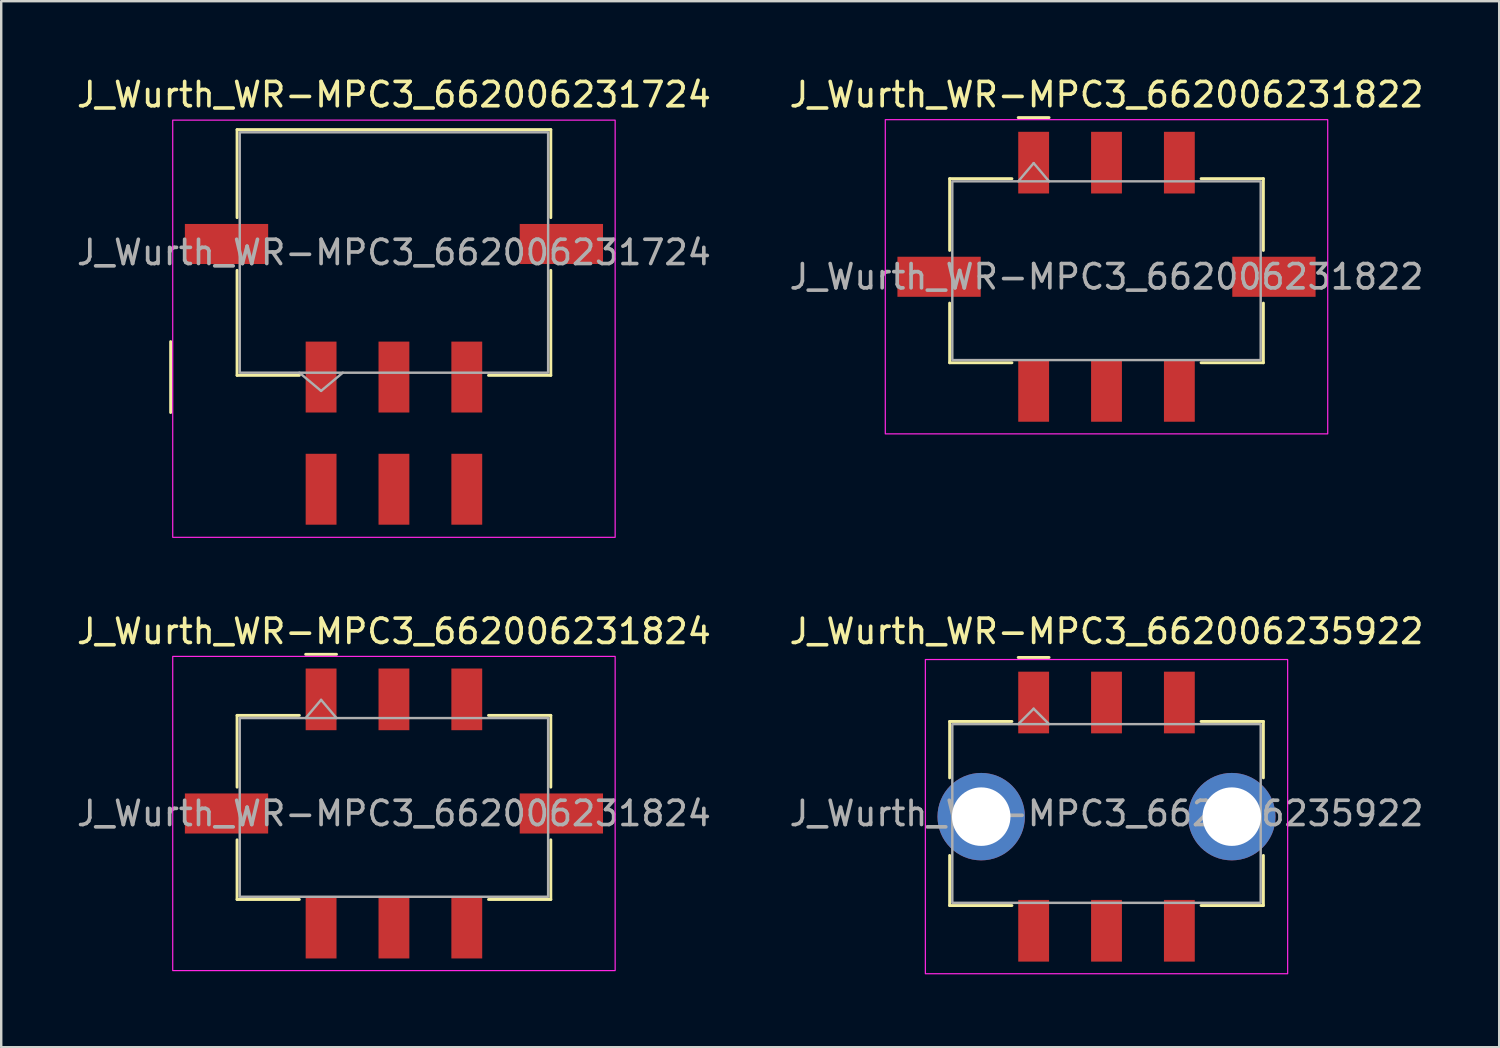
<source format=kicad_pcb>
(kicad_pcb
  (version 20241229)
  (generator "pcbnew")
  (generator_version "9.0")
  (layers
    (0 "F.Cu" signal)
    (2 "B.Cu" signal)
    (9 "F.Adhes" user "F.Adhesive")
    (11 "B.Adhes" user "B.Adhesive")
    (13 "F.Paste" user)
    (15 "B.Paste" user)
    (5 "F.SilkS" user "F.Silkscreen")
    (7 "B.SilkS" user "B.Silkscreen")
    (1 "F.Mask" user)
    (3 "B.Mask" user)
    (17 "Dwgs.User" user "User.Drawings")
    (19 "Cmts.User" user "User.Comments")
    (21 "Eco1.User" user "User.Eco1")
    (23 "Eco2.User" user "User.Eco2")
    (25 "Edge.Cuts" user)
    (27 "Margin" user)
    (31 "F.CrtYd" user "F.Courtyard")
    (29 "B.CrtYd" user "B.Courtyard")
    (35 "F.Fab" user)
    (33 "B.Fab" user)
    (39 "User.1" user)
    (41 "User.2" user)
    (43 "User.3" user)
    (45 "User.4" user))
  (footprint "J_Wurth_WR-MPC3_662006235922"
    (layer "F.Cu")
    (at 42.518 30.451)
    (property "Reference" "J_Wurth_WR-MPC3_662006235922" (at 0 -7.5 0) (unlocked yes) (layer "F.SilkS") (effects (font (size 1 1) (thickness 0.15))))
    (attr smd)
    (fp_line (start -6.46 -3.79) (end -6.46 -1.468) (stroke (width 0.12) (type default)) (layer "F.SilkS"))
    (fp_line (start -6.46 1.728) (end -6.46 3.79) (stroke (width 0.12) (type default)) (layer "F.SilkS"))
    (fp_line (start -3.895 -3.79) (end -6.46 -3.79) (stroke (width 0.12) (type solid)) (layer "F.SilkS"))
    (fp_line (start -3.895 3.79) (end -6.46 3.79) (stroke (width 0.12) (type solid)) (layer "F.SilkS"))
    (fp_line (start -3.635 -6.425) (end -2.365 -6.425) (stroke (width 0.12) (type solid)) (layer "F.SilkS"))
    (fp_line (start 6.46 -3.79) (end 3.895 -3.79) (stroke (width 0.12) (type solid)) (layer "F.SilkS"))
    (fp_line (start 6.46 -3.79) (end 6.46 -1.468) (stroke (width 0.12) (type default)) (layer "F.SilkS"))
    (fp_line (start 6.46 1.728) (end 6.46 3.79) (stroke (width 0.12) (type default)) (layer "F.SilkS"))
    (fp_line (start 6.46 3.79) (end 3.895 3.79) (stroke (width 0.12) (type solid)) (layer "F.SilkS"))
    (fp_rect (start -7.46 -6.34) (end 7.46 6.6) (stroke (width 0.05) (type solid)) (fill no) (layer "F.CrtYd"))
    (fp_line (start -3 -4.315) (end -3.635 -3.68) (stroke (width 0.1) (type default)) (layer "F.Fab"))
    (fp_line (start -2.365 -3.68) (end -3 -4.315) (stroke (width 0.1) (type default)) (layer "F.Fab"))
    (fp_rect (start -6.35 -3.68) (end 6.35 3.68) (stroke (width 0.1) (type solid)) (fill no) (layer "F.Fab"))
    (fp_text user "${REFERENCE}" (at 0 0 0) (unlocked yes) (layer "F.Fab") (effects (font (size 1 1) (thickness 0.15))))
    (pad "1" smd rect (at -3 -4.57 180) (size 1.27 2.54) (layers "F.Cu" "F.Mask" "F.Paste"))
    (pad "2" smd rect (at 0 -4.57 180) (size 1.27 2.54) (layers "F.Cu" "F.Mask" "F.Paste"))
    (pad "3" smd rect (at 3 -4.57 180) (size 1.27 2.54) (layers "F.Cu" "F.Mask" "F.Paste"))
    (pad "4" smd rect (at -3 4.83 180) (size 1.27 2.54) (layers "F.Cu" "F.Mask" "F.Paste"))
    (pad "5" smd rect (at 0 4.83 180) (size 1.27 2.54) (layers "F.Cu" "F.Mask" "F.Paste"))
    (pad "6" smd rect (at 3 4.83 180) (size 1.27 2.54) (layers "F.Cu" "F.Mask" "F.Paste"))
    (pad "MH1" thru_hole circle (at 5.16 0.13 180) (size 3.6 3.6) (drill 2.41) (layers "*.Cu" "*.Mask"))
    (pad "MH2" thru_hole circle (at -5.16 0.13 180) (size 3.6 3.6) (drill 2.41) (layers "*.Cu" "*.Mask")))
  (footprint "J_Wurth_WR-MPC3_662006231724"
    (layer "F.Cu")
    (at 13.173 7.348)
    (property "Reference" "J_Wurth_WR-MPC3_662006231724" (at 0 -6.5 0) (unlocked yes) (layer "F.SilkS") (effects (font (size 1 1) (thickness 0.15))))
    (attr smd)
    (fp_line (start -9.195 6.59) (end -9.195 3.67) (stroke (width 0.12) (type solid)) (layer "F.SilkS"))
    (fp_line (start -6.46 -5.06) (end -6.46 -1.435) (stroke (width 0.12) (type solid)) (layer "F.SilkS"))
    (fp_line (start -6.46 -5.06) (end 6.46 -5.06) (stroke (width 0.12) (type default)) (layer "F.SilkS"))
    (fp_line (start -6.46 0.735) (end -6.46 5.06) (stroke (width 0.12) (type solid)) (layer "F.SilkS"))
    (fp_line (start -3.895 5.06) (end -6.46 5.06) (stroke (width 0.12) (type solid)) (layer "F.SilkS"))
    (fp_line (start 6.46 -5.06) (end 6.46 -1.435) (stroke (width 0.12) (type solid)) (layer "F.SilkS"))
    (fp_line (start 6.46 0.735) (end 6.46 5.06) (stroke (width 0.12) (type solid)) (layer "F.SilkS"))
    (fp_line (start 6.46 5.06) (end 3.895 5.06) (stroke (width 0.12) (type solid)) (layer "F.SilkS"))
    (fp_rect (start -9.11 -5.45) (end 9.11 11.73) (stroke (width 0.05) (type solid)) (fill no) (layer "F.CrtYd"))
    (fp_line (start -3 5.7) (end -3.895 4.95) (stroke (width 0.1) (type solid)) (layer "F.Fab"))
    (fp_line (start -3 5.7) (end -2.105 4.95) (stroke (width 0.1) (type solid)) (layer "F.Fab"))
    (fp_rect (start -6.35 -4.95) (end 6.35 4.95) (stroke (width 0.1) (type solid)) (fill no) (layer "F.Fab"))
    (fp_text user "${REFERENCE}" (at 0 0 0) (unlocked yes) (layer "F.Fab") (effects (font (size 1 1) (thickness 0.15))))
    (pad "1" smd rect (at -3 5.13 180) (size 1.27 2.92) (layers "F.Cu" "F.Mask" "F.Paste"))
    (pad "2" smd rect (at 0 5.13 180) (size 1.27 2.92) (layers "F.Cu" "F.Mask" "F.Paste"))
    (pad "3" smd rect (at 3 5.13 180) (size 1.27 2.92) (layers "F.Cu" "F.Mask" "F.Paste"))
    (pad "4" smd rect (at -3 9.75 180) (size 1.27 2.92) (layers "F.Cu" "F.Mask" "F.Paste"))
    (pad "5" smd rect (at 0 9.75 180) (size 1.27 2.92) (layers "F.Cu" "F.Mask" "F.Paste"))
    (pad "6" smd rect (at 3 9.75 180) (size 1.27 2.92) (layers "F.Cu" "F.Mask" "F.Paste"))
    (pad "MP1" smd rect (at 6.895 -0.35 180) (size 3.43 1.65) (layers "F.Cu" "F.Mask" "F.Paste"))
    (pad "MP2" smd rect (at -6.895 -0.35 180) (size 3.43 1.65) (layers "F.Cu" "F.Mask" "F.Paste")))
  (footprint "J_Wurth_WR-MPC3_662006231824"
    (layer "F.Cu")
    (at 13.173 30.451)
    (property "Reference" "J_Wurth_WR-MPC3_662006231824" (at 0 -7.5 0) (unlocked yes) (layer "F.SilkS") (effects (font (size 1 1) (thickness 0.15))))
    (attr smd)
    (fp_line (start -6.46 -4.04) (end -3.895 -4.04) (stroke (width 0.12) (type solid)) (layer "F.SilkS"))
    (fp_line (start -6.46 -1.085) (end -6.46 -4.04) (stroke (width 0.12) (type solid)) (layer "F.SilkS"))
    (fp_line (start -6.46 3.54) (end -6.46 1.085) (stroke (width 0.12) (type solid)) (layer "F.SilkS"))
    (fp_line (start -6.46 3.54) (end -3.895 3.54) (stroke (width 0.12) (type solid)) (layer "F.SilkS"))
    (fp_line (start -3.635 -6.555) (end -2.365 -6.555) (stroke (width 0.12) (type solid)) (layer "F.SilkS"))
    (fp_line (start 3.895 -4.04) (end 6.46 -4.04) (stroke (width 0.12) (type solid)) (layer "F.SilkS"))
    (fp_line (start 3.895 3.54) (end 6.46 3.54) (stroke (width 0.12) (type solid)) (layer "F.SilkS"))
    (fp_line (start 6.46 -1.085) (end 6.46 -4.04) (stroke (width 0.12) (type solid)) (layer "F.SilkS"))
    (fp_line (start 6.46 3.54) (end 6.46 1.085) (stroke (width 0.12) (type solid)) (layer "F.SilkS"))
    (fp_rect (start -9.11 -6.47) (end 9.11 6.47) (stroke (width 0.05) (type solid)) (fill no) (layer "F.CrtYd"))
    (fp_line (start -3 -4.68) (end -3.635 -3.93) (stroke (width 0.1) (type solid)) (layer "F.Fab"))
    (fp_line (start -3 -4.68) (end -2.365 -3.93) (stroke (width 0.1) (type solid)) (layer "F.Fab"))
    (fp_rect (start -6.35 -3.93) (end 6.35 3.43) (stroke (width 0.1) (type solid)) (fill no) (layer "F.Fab"))
    (fp_text user "${REFERENCE}" (at 0 0 0) (unlocked yes) (layer "F.Fab") (effects (font (size 1 1) (thickness 0.15))))
    (pad "1" smd rect (at -3 -4.7 180) (size 1.27 2.54) (layers "F.Cu" "F.Mask" "F.Paste"))
    (pad "2" smd rect (at 0 -4.7 180) (size 1.27 2.54) (layers "F.Cu" "F.Mask" "F.Paste"))
    (pad "3" smd rect (at 3 -4.7 180) (size 1.27 2.54) (layers "F.Cu" "F.Mask" "F.Paste"))
    (pad "4" smd rect (at -3 4.7 180) (size 1.27 2.54) (layers "F.Cu" "F.Mask" "F.Paste"))
    (pad "5" smd rect (at 0 4.7 180) (size 1.27 2.54) (layers "F.Cu" "F.Mask" "F.Paste"))
    (pad "6" smd rect (at 3 4.7 180) (size 1.27 2.54) (layers "F.Cu" "F.Mask" "F.Paste"))
    (pad "MP1" smd rect (at 6.895 0 180) (size 3.43 1.65) (layers "F.Cu" "F.Mask" "F.Paste"))
    (pad "MP2" smd rect (at -6.895 0 180) (size 3.43 1.65) (layers "F.Cu" "F.Mask" "F.Paste")))
  (footprint "J_Wurth_WR-MPC3_662006231822"
    (layer "F.Cu")
    (at 42.518 8.348)
    (property "Reference" "J_Wurth_WR-MPC3_662006231822" (at 0 -7.5 0) (unlocked yes) (layer "F.SilkS") (effects (font (size 1 1) (thickness 0.15))))
    (attr smd)
    (fp_line (start -6.46 -4.04) (end -3.895 -4.04) (stroke (width 0.12) (type solid)) (layer "F.SilkS"))
    (fp_line (start -6.46 -1.085) (end -6.46 -4.04) (stroke (width 0.12) (type solid)) (layer "F.SilkS"))
    (fp_line (start -6.46 3.54) (end -6.46 1.085) (stroke (width 0.12) (type solid)) (layer "F.SilkS"))
    (fp_line (start -6.46 3.54) (end -3.895 3.54) (stroke (width 0.12) (type solid)) (layer "F.SilkS"))
    (fp_line (start -3.635 -6.555) (end -2.365 -6.555) (stroke (width 0.12) (type solid)) (layer "F.SilkS"))
    (fp_line (start 3.895 -4.04) (end 6.46 -4.04) (stroke (width 0.12) (type solid)) (layer "F.SilkS"))
    (fp_line (start 3.895 3.54) (end 6.46 3.54) (stroke (width 0.12) (type solid)) (layer "F.SilkS"))
    (fp_line (start 6.46 -1.085) (end 6.46 -4.04) (stroke (width 0.12) (type solid)) (layer "F.SilkS"))
    (fp_line (start 6.46 3.54) (end 6.46 1.085) (stroke (width 0.12) (type solid)) (layer "F.SilkS"))
    (fp_rect (start -9.11 -6.47) (end 9.11 6.47) (stroke (width 0.05) (type solid)) (fill no) (layer "F.CrtYd"))
    (fp_line (start -3 -4.68) (end -3.635 -3.93) (stroke (width 0.1) (type solid)) (layer "F.Fab"))
    (fp_line (start -3 -4.68) (end -2.365 -3.93) (stroke (width 0.1) (type solid)) (layer "F.Fab"))
    (fp_rect (start -6.35 -3.93) (end 6.35 3.43) (stroke (width 0.1) (type solid)) (fill no) (layer "F.Fab"))
    (fp_text user "${REFERENCE}" (at 0 0 0) (unlocked yes) (layer "F.Fab") (effects (font (size 1 1) (thickness 0.15))))
    (pad "1" smd rect (at -3 -4.7 180) (size 1.27 2.54) (layers "F.Cu" "F.Mask" "F.Paste"))
    (pad "2" smd rect (at 0 -4.7 180) (size 1.27 2.54) (layers "F.Cu" "F.Mask" "F.Paste"))
    (pad "3" smd rect (at 3 -4.7 180) (size 1.27 2.54) (layers "F.Cu" "F.Mask" "F.Paste"))
    (pad "4" smd rect (at -3 4.7 180) (size 1.27 2.54) (layers "F.Cu" "F.Mask" "F.Paste"))
    (pad "5" smd rect (at 0 4.7 180) (size 1.27 2.54) (layers "F.Cu" "F.Mask" "F.Paste"))
    (pad "6" smd rect (at 3 4.7 180) (size 1.27 2.54) (layers "F.Cu" "F.Mask" "F.Paste"))
    (pad "MP1" smd rect (at 6.895 0 180) (size 3.43 1.65) (layers "F.Cu" "F.Mask" "F.Paste"))
    (pad "MP2" smd rect (at -6.895 0 180) (size 3.43 1.65) (layers "F.Cu" "F.Mask" "F.Paste")))
  (gr_rect
    (start -3 -3)
    (end 58.69 40.077)
    (stroke (width 0.1) (type default))
    (fill no)
    (layer "Edge.Cuts")))
</source>
